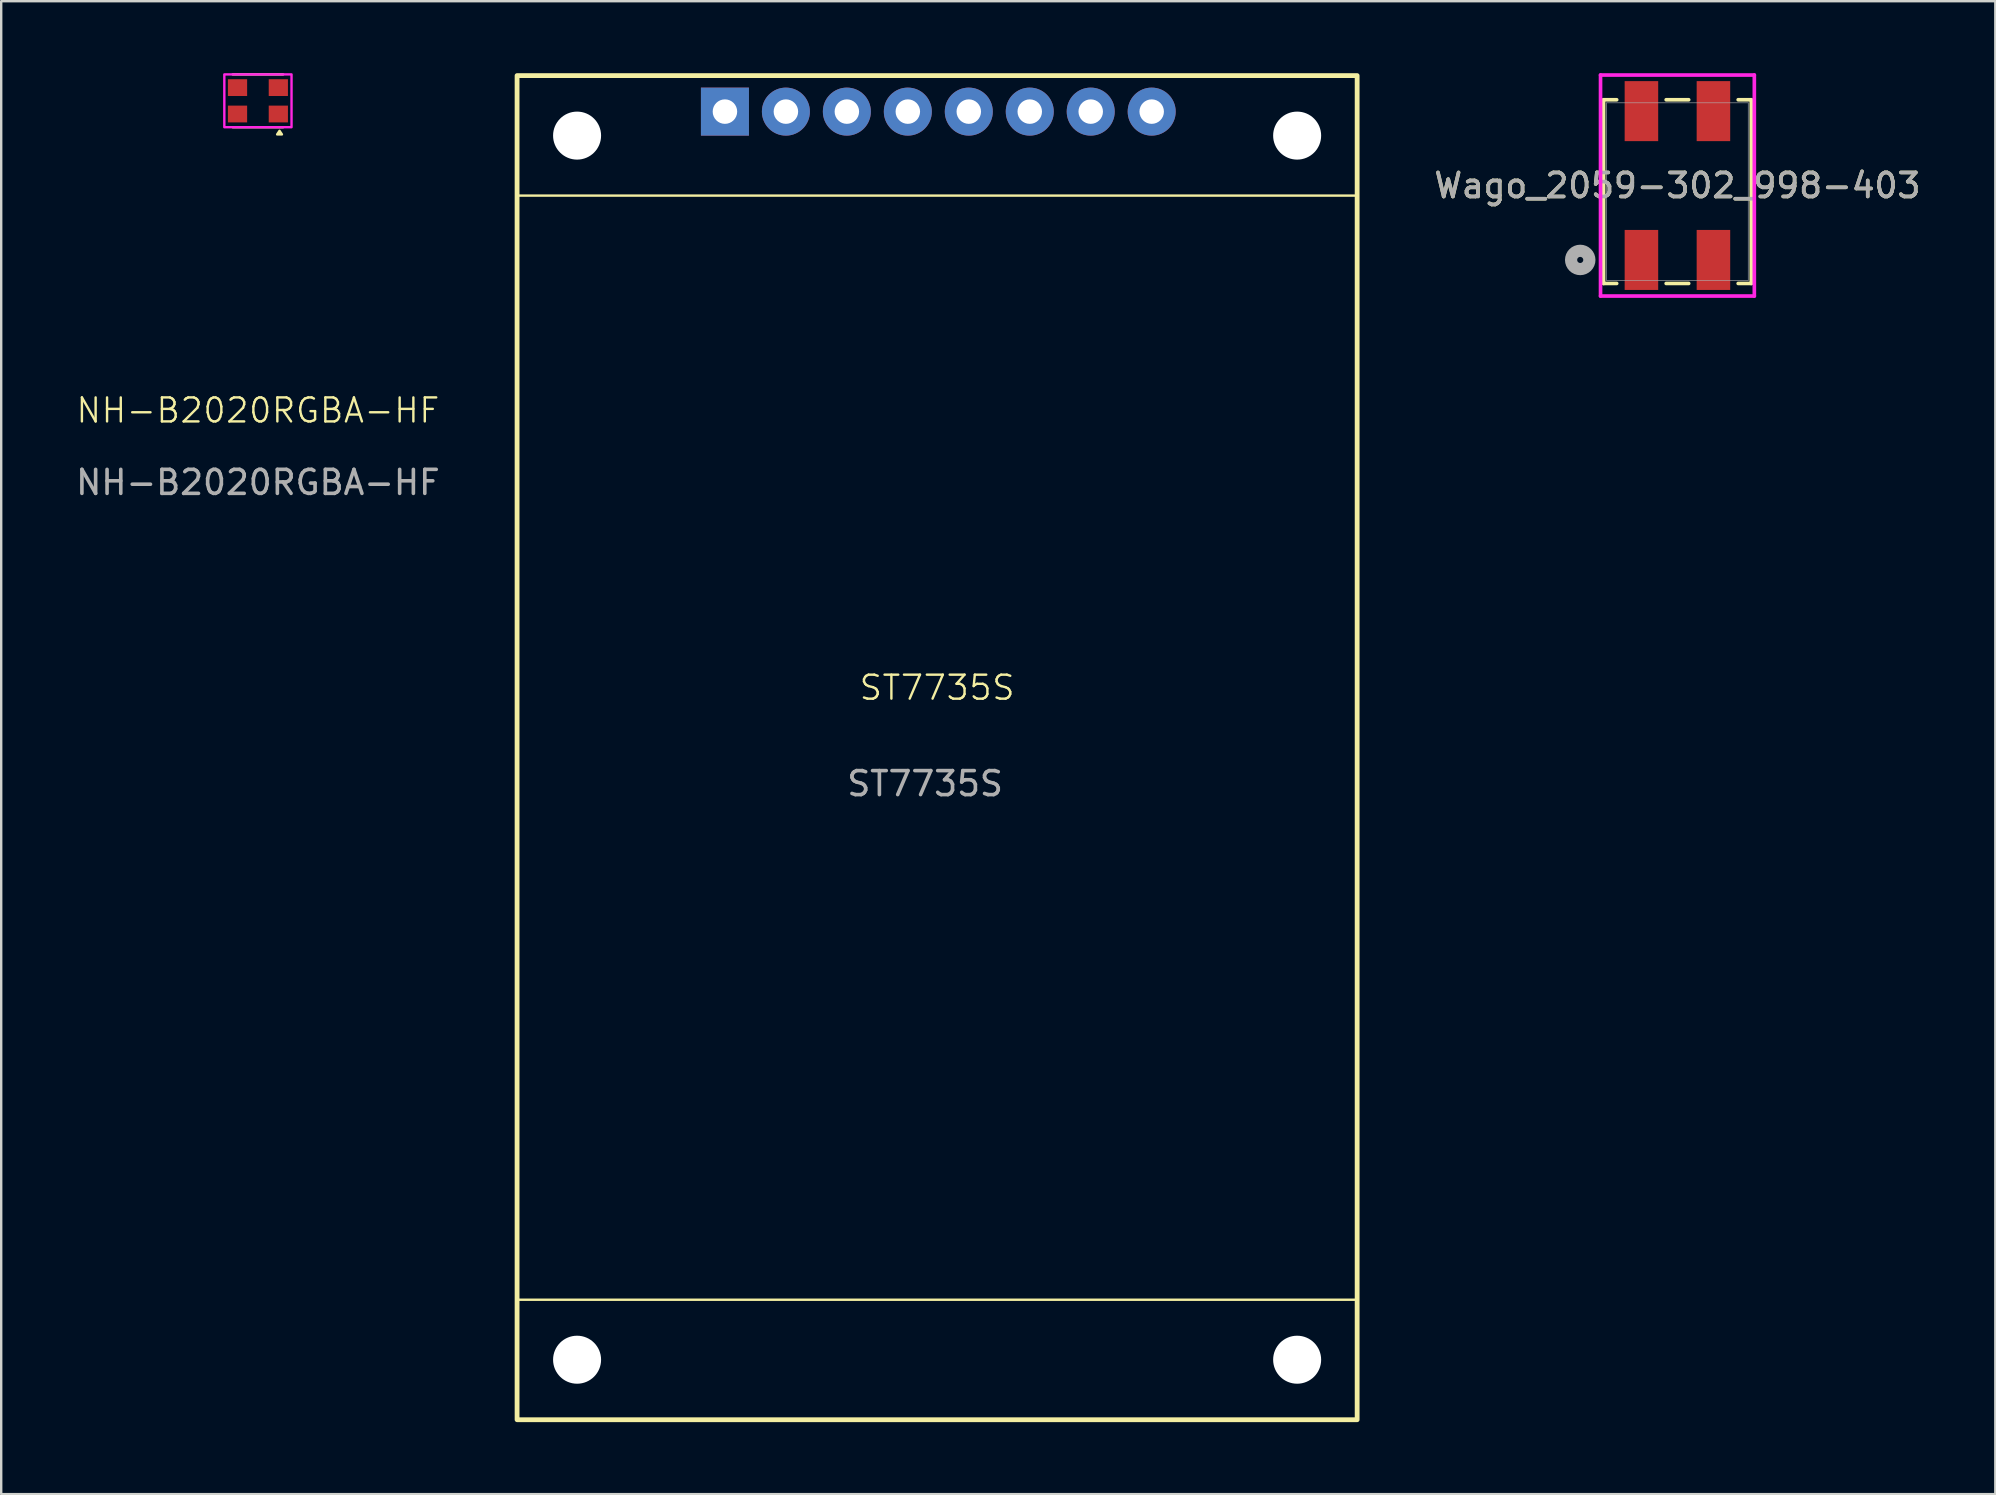
<source format=kicad_pcb>
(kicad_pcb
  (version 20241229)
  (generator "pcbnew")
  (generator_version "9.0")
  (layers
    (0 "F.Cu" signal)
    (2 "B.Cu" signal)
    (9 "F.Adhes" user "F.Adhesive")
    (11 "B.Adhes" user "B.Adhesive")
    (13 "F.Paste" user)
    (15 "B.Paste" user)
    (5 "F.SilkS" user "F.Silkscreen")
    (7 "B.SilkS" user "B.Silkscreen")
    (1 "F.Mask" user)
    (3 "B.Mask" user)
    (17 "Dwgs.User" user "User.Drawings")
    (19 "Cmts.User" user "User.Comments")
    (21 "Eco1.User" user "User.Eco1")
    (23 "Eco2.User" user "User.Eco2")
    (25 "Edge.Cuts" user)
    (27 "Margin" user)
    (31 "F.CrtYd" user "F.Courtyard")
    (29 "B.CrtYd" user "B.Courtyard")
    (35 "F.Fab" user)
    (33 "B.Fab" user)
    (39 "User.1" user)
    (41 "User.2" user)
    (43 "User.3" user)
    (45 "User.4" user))
  (footprint "NH-B2020RGBA-HF"
    (layer "F.Cu")
    (at 7.696 1.15)
    (property "Reference" "NH-B2020RGBA-HF" (at 0 12.9 0) (unlocked yes) (layer "F.SilkS") (effects (font (size 1 1) (thickness 0.1))))
    (attr smd)
    (fp_line (start -1.05 -1.1) (end 1.05 -1.1) (stroke (width 0.1) (type default)) (layer "F.SilkS"))
    (fp_line (start -1.05 1.1) (end 1.05 1.1) (stroke (width 0.1) (type default)) (layer "F.SilkS"))
    (fp_poly (pts (xy 0.9 1.25) (xy 0.8 1.4) (xy 1 1.4)) (stroke (width 0.1) (type solid)) (fill yes) (layer "F.SilkS"))
    (fp_rect (start -1.4 -1.1) (end 1.4 1.1) (stroke (width 0.1) (type default)) (fill no) (layer "F.CrtYd"))
    (fp_text user "${REFERENCE}" (at 0 15.9 0) (unlocked yes) (layer "F.Fab") (effects (font (size 1 1) (thickness 0.15))))
    (pad "1" smd rect (at 0.85 0.55) (size 0.8 0.7) (layers "F.Cu" "F.Mask" "F.Paste"))
    (pad "2" smd rect (at -0.85 0.55) (size 0.8 0.7) (layers "F.Cu" "F.Mask" "F.Paste"))
    (pad "3" smd rect (at 0.85 -0.55) (size 0.8 0.7) (layers "F.Cu" "F.Mask" "F.Paste"))
    (pad "4" smd rect (at -0.85 -0.55) (size 0.8 0.7) (layers "F.Cu" "F.Mask" "F.Paste")))
  (footprint "Wago_2059-302_998-403"
    (layer "F.Cu")
    (at 66.837 4.933)
    (property "Reference" "Wago_2059-302_998-403" (at 0 -0.253 0) (unlocked yes) (layer "F.SilkS") (effects (font (size 1 1) (thickness 0.15))))
    (attr smd)
    (fp_line (start -3.077 -3.827) (end -3.077 3.827) (stroke (width 0.152) (type solid)) (layer "F.SilkS"))
    (fp_line (start -3.077 3.827) (end -2.531 3.827) (stroke (width 0.152) (type solid)) (layer "F.SilkS"))
    (fp_line (start -2.531 -3.827) (end -3.077 -3.827) (stroke (width 0.152) (type solid)) (layer "F.SilkS"))
    (fp_line (start -0.469 3.827) (end 0.469 3.827) (stroke (width 0.152) (type solid)) (layer "F.SilkS"))
    (fp_line (start 0.469 -3.827) (end -0.469 -3.827) (stroke (width 0.152) (type solid)) (layer "F.SilkS"))
    (fp_line (start 2.531 3.827) (end 3.077 3.827) (stroke (width 0.152) (type solid)) (layer "F.SilkS"))
    (fp_line (start 3.077 -3.827) (end 2.531 -3.827) (stroke (width 0.152) (type solid)) (layer "F.SilkS"))
    (fp_line (start 3.077 3.827) (end 3.077 -3.827) (stroke (width 0.152) (type solid)) (layer "F.SilkS"))
    (fp_line (start -3.204 -4.857) (end -3.204 4.351) (stroke (width 0.152) (type solid)) (layer "F.CrtYd"))
    (fp_line (start -3.204 4.351) (end 3.204 4.351) (stroke (width 0.152) (type solid)) (layer "F.CrtYd"))
    (fp_line (start 3.204 -4.857) (end -3.204 -4.857) (stroke (width 0.152) (type solid)) (layer "F.CrtYd"))
    (fp_line (start 3.204 4.351) (end 3.204 -4.857) (stroke (width 0.152) (type solid)) (layer "F.CrtYd"))
    (fp_line (start -2.95 -3.7) (end -2.95 3.7) (stroke (width 0.025) (type solid)) (layer "F.Fab"))
    (fp_line (start -2.95 3.7) (end 2.95 3.7) (stroke (width 0.025) (type solid)) (layer "F.Fab"))
    (fp_line (start 2.95 -3.7) (end -2.95 -3.7) (stroke (width 0.025) (type solid)) (layer "F.Fab"))
    (fp_line (start 2.95 3.7) (end 2.95 -3.7) (stroke (width 0.025) (type solid)) (layer "F.Fab"))
    (fp_circle (center -4.05 2.847) (end -3.669 2.847) (stroke (width 0.508) (type solid)) (fill no) (layer "F.Fab"))
    (fp_text user "${REFERENCE}" (at 0 -0.253 0) (unlocked yes) (layer "F.Fab") (effects (font (size 1 1) (thickness 0.15))))
    (pad "1" smd rect (at -1.5 2.847) (size 1.397 2.5) (layers "F.Cu" "F.Mask" "F.Paste"))
    (pad "2" smd rect (at -1.5 -3.353) (size 1.397 2.5) (layers "F.Cu" "F.Mask" "F.Paste"))
    (pad "3" smd rect (at 1.5 2.847) (size 1.397 2.5) (layers "F.Cu" "F.Mask" "F.Paste"))
    (pad "4" smd rect (at 1.5 -3.353) (size 1.397 2.5) (layers "F.Cu" "F.Mask" "F.Paste")))
  (footprint "ST7735S"
    (layer "F.Cu")
    (at 35.993 28.1)
    (property "Reference" "ST7735S" (at 0 -2.5 0) (unlocked yes) (layer "F.SilkS") (effects (font (size 1 1) (thickness 0.1))))
    (attr through_hole)
    (fp_rect (start -17.5 -28) (end 17.5 28) (stroke (width 0.2) (type default)) (fill no) (layer "F.SilkS"))
    (fp_rect (start -17.5 -23) (end 17.5 23) (stroke (width 0.1) (type default)) (fill no) (layer "F.SilkS"))
    (fp_text user "${REFERENCE}" (at -0.5 1.5 0) (unlocked yes) (layer "F.Fab") (effects (font (size 1 1) (thickness 0.15))))
    (pad "" np_thru_hole circle (at -15 -25.5) (size 2 2) (drill 2) (layers "*.Cu" "*.Mask"))
    (pad "" np_thru_hole circle (at -15 25.5) (size 2 2) (drill 2) (layers "*.Cu" "*.Mask"))
    (pad "" np_thru_hole circle (at 15 -25.5) (size 2 2) (drill 2) (layers "*.Cu" "*.Mask"))
    (pad "" np_thru_hole circle (at 15 25.5) (size 2 2) (drill 2) (layers "*.Cu" "*.Mask"))
    (pad "1" thru_hole rect (at -8.84 -26.5) (size 2 2) (drill 1.02) (layers "*.Cu" "*.Mask"))
    (pad "2" thru_hole circle (at -6.3 -26.5) (size 2 2) (drill 1.02) (layers "*.Cu" "*.Mask"))
    (pad "3" thru_hole circle (at -3.76 -26.5) (size 2 2) (drill 1.02) (layers "*.Cu" "*.Mask"))
    (pad "4" thru_hole circle (at -1.22 -26.5) (size 2 2) (drill 1.02) (layers "*.Cu" "*.Mask"))
    (pad "5" thru_hole circle (at 1.32 -26.5) (size 2 2) (drill 1.02) (layers "*.Cu" "*.Mask"))
    (pad "6" thru_hole circle (at 3.86 -26.5) (size 2 2) (drill 1.02) (layers "*.Cu" "*.Mask"))
    (pad "7" thru_hole circle (at 6.4 -26.5) (size 2 2) (drill 1.02) (layers "*.Cu" "*.Mask"))
    (pad "8" thru_hole circle (at 8.94 -26.5) (size 2 2) (drill 1.02) (layers "*.Cu" "*.Mask")))
  (gr_rect
    (start -3 -3)
    (end 80.081 59.2)
    (stroke (width 0.1) (type default))
    (fill no)
    (layer "Edge.Cuts")))
</source>
